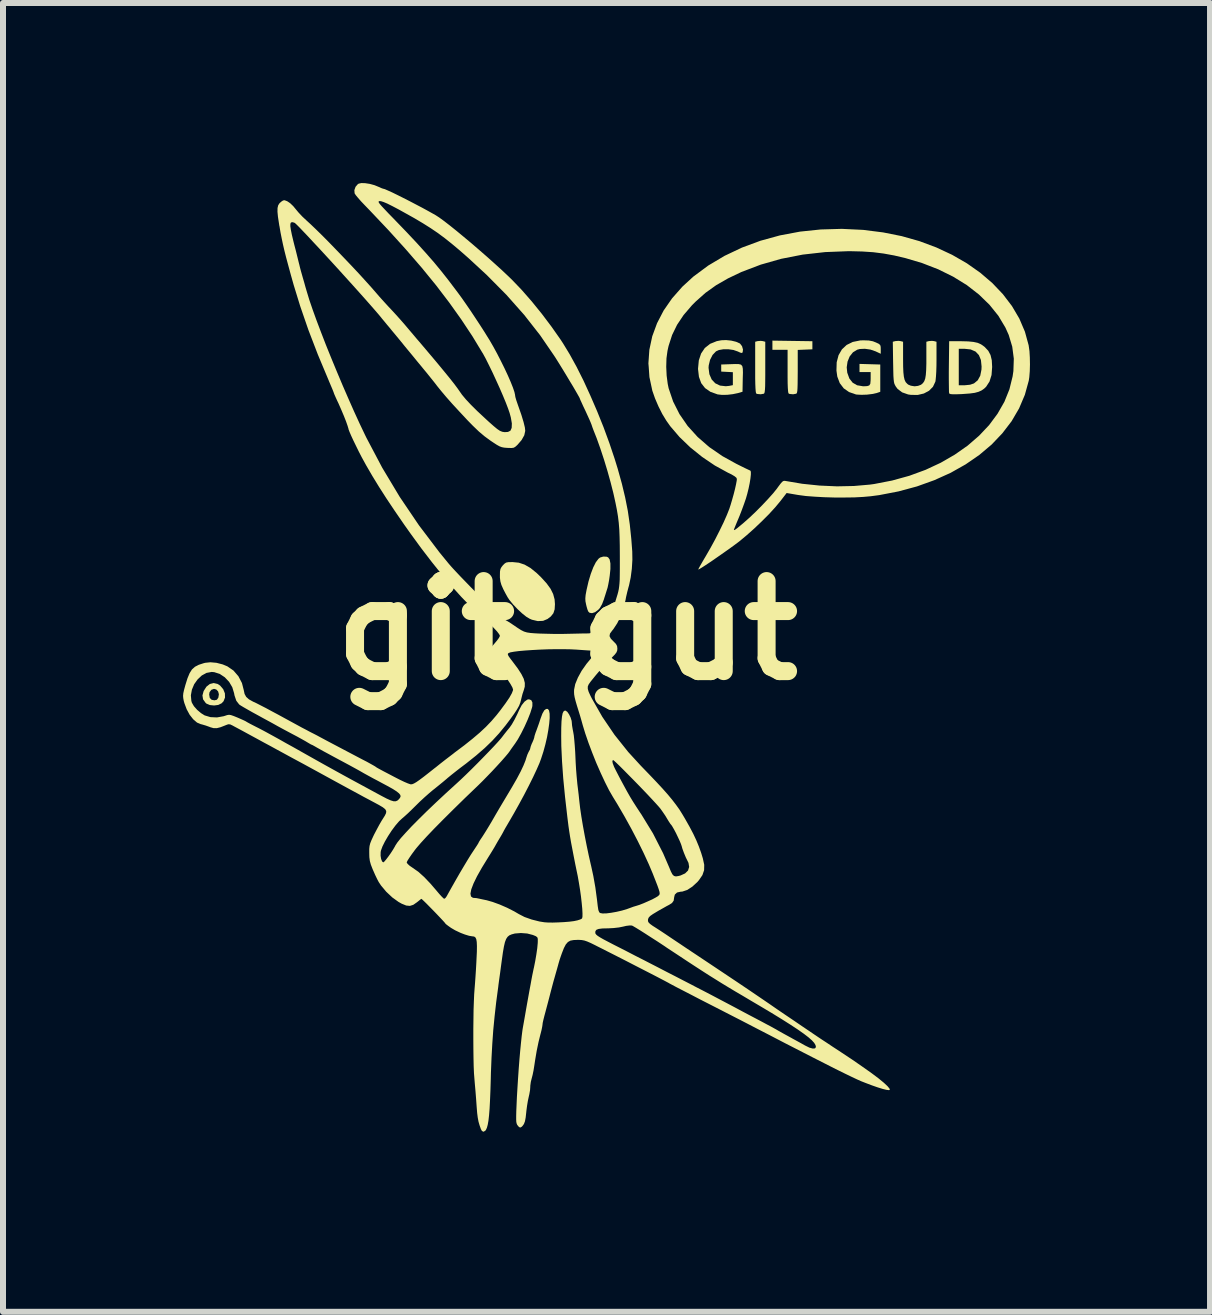
<source format=kicad_pcb>
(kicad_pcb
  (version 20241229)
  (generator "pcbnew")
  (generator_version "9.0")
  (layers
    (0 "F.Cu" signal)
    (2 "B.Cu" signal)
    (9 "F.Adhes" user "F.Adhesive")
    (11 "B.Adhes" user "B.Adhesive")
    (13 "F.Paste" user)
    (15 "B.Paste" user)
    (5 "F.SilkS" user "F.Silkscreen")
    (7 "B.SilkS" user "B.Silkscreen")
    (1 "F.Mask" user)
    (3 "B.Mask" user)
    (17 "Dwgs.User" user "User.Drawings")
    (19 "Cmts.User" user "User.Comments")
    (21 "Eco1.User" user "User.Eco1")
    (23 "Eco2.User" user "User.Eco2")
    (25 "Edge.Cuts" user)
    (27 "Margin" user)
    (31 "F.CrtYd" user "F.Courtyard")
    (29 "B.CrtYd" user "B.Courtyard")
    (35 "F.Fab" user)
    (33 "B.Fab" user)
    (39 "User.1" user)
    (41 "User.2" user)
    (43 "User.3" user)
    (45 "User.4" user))
  (footprint "git gut"
    (layer "F.Cu")
    (at 6.401 7.453)
    (property "Reference" "git gut" (at 0 0 0) (layer "F.SilkS") (effects (font (size 1.5 1.5) (thickness 0.3))))
    (attr board_only exclude_from_pos_files exclude_from_bom)
    (fp_poly (pts (xy 3.257 -4.82) (xy 3.299 -4.809) (xy 3.299 -4.381) (xy 3.299 -4.248) (xy 3.298 -4.145) (xy 3.297 -4.069) (xy 3.294 -4.014) (xy 3.29 -3.978) (xy 3.285 -3.956) (xy 3.278 -3.945) (xy 3.273 -3.943) (xy 3.222 -3.934) (xy 3.168 -3.939) (xy 3.152 -3.944) (xy 3.145 -3.954) (xy 3.14 -3.983) (xy 3.136 -4.032) (xy 3.133 -4.105) (xy 3.131 -4.205) (xy 3.131 -4.335) (xy 3.131 -4.381) (xy 3.131 -4.809) (xy 3.173 -4.82) (xy 3.224 -4.824)) (stroke (width 0) (type solid)) (fill yes) (layer "F.SilkS"))
    (fp_poly (pts (xy 3.751 -4.823) (xy 4.084 -4.818) (xy 4.084 -4.751) (xy 4.084 -4.683) (xy 3.962 -4.678) (xy 3.84 -4.673) (xy 3.84 -4.313) (xy 3.839 -4.192) (xy 3.838 -4.101) (xy 3.836 -4.035) (xy 3.833 -3.991) (xy 3.828 -3.963) (xy 3.821 -3.948) (xy 3.813 -3.943) (xy 3.763 -3.934) (xy 3.708 -3.939) (xy 3.692 -3.944) (xy 3.684 -3.955) (xy 3.679 -3.985) (xy 3.675 -4.038) (xy 3.672 -4.115) (xy 3.671 -4.22) (xy 3.671 -4.314) (xy 3.671 -4.675) (xy 3.544 -4.675) (xy 3.418 -4.675) (xy 3.418 -4.751) (xy 3.418 -4.828)) (stroke (width 0) (type solid)) (fill yes) (layer "F.SilkS"))
    (fp_poly (pts (xy -5.826 0.892) (xy -5.784 0.919) (xy -5.732 0.98) (xy -5.704 1.049) (xy -5.702 1.118) (xy -5.726 1.18) (xy -5.758 1.214) (xy -5.815 1.242) (xy -5.884 1.251) (xy -5.954 1.244) (xy -6.011 1.22) (xy -6.025 1.208) (xy -6.068 1.148) (xy -6.078 1.083) (xy -6.074 1.069) (xy -5.966 1.069) (xy -5.956 1.125) (xy -5.925 1.156) (xy -5.878 1.165) (xy -5.837 1.155) (xy -5.814 1.121) (xy -5.813 1.12) (xy -5.804 1.064) (xy -5.817 1.017) (xy -5.847 0.985) (xy -5.886 0.974) (xy -5.93 0.99) (xy -5.96 1.03) (xy -5.966 1.069) (xy -6.074 1.069) (xy -6.058 1.01) (xy -6.012 0.938) (xy -5.955 0.893) (xy -5.891 0.877)) (stroke (width 0) (type solid)) (fill yes) (layer "F.SilkS"))
    (fp_poly (pts (xy 0.654 -1.228) (xy 0.681 -1.217) (xy 0.706 -1.182) (xy 0.719 -1.116) (xy 0.719 -1.022) (xy 0.708 -0.915) (xy 0.697 -0.838) (xy 0.684 -0.769) (xy 0.673 -0.717) (xy 0.668 -0.7) (xy 0.655 -0.659) (xy 0.636 -0.598) (xy 0.614 -0.53) (xy 0.613 -0.524) (xy 0.58 -0.437) (xy 0.544 -0.374) (xy 0.516 -0.343) (xy 0.464 -0.304) (xy 0.413 -0.287) (xy 0.371 -0.294) (xy 0.349 -0.316) (xy 0.336 -0.349) (xy 0.321 -0.401) (xy 0.313 -0.436) (xy 0.303 -0.486) (xy 0.301 -0.534) (xy 0.306 -0.59) (xy 0.32 -0.666) (xy 0.321 -0.672) (xy 0.354 -0.815) (xy 0.392 -0.942) (xy 0.433 -1.05) (xy 0.476 -1.135) (xy 0.52 -1.193) (xy 0.547 -1.214) (xy 0.6 -1.23)) (stroke (width 0) (type solid)) (fill yes) (layer "F.SilkS"))
    (fp_poly (pts (xy -0.908 -1.138) (xy -0.807 -1.128) (xy -0.711 -1.096) (xy -0.615 -1.041) (xy -0.513 -0.959) (xy -0.439 -0.888) (xy -0.345 -0.785) (xy -0.278 -0.693) (xy -0.235 -0.606) (xy -0.211 -0.517) (xy -0.205 -0.437) (xy -0.21 -0.351) (xy -0.231 -0.286) (xy -0.273 -0.233) (xy -0.329 -0.19) (xy -0.403 -0.159) (xy -0.492 -0.155) (xy -0.589 -0.178) (xy -0.624 -0.193) (xy -0.683 -0.228) (xy -0.753 -0.284) (xy -0.829 -0.355) (xy -0.902 -0.432) (xy -0.963 -0.506) (xy -0.993 -0.551) (xy -1.028 -0.614) (xy -1.063 -0.681) (xy -1.065 -0.685) (xy -1.097 -0.757) (xy -1.114 -0.816) (xy -1.122 -0.878) (xy -1.122 -0.917) (xy -1.121 -0.98) (xy -1.113 -1.023) (xy -1.096 -1.055) (xy -1.073 -1.084) (xy -1.044 -1.113) (xy -1.018 -1.13) (xy -0.982 -1.137) (xy -0.926 -1.138)) (stroke (width 0) (type solid)) (fill yes) (layer "F.SilkS"))
    (fp_poly (pts (xy 6.565 -4.818) (xy 6.68 -4.815) (xy 6.769 -4.806) (xy 6.838 -4.791) (xy 6.894 -4.766) (xy 6.945 -4.73) (xy 6.957 -4.72) (xy 7.015 -4.658) (xy 7.052 -4.588) (xy 7.073 -4.501) (xy 7.079 -4.39) (xy 7.079 -4.388) (xy 7.069 -4.255) (xy 7.035 -4.146) (xy 6.979 -4.06) (xy 6.947 -4.029) (xy 6.903 -3.998) (xy 6.852 -3.975) (xy 6.789 -3.958) (xy 6.707 -3.947) (xy 6.598 -3.939) (xy 6.57 -3.937) (xy 6.482 -3.934) (xy 6.423 -3.934) (xy 6.387 -3.937) (xy 6.368 -3.944) (xy 6.363 -3.951) (xy 6.36 -3.974) (xy 6.359 -4.026) (xy 6.358 -4.102) (xy 6.357 -4.197) (xy 6.357 -4.306) (xy 6.358 -4.388) (xy 6.523 -4.388) (xy 6.523 -4.084) (xy 6.62 -4.084) (xy 6.711 -4.093) (xy 6.776 -4.115) (xy 6.839 -4.167) (xy 6.881 -4.244) (xy 6.901 -4.345) (xy 6.903 -4.396) (xy 6.892 -4.505) (xy 6.858 -4.587) (xy 6.802 -4.646) (xy 6.721 -4.681) (xy 6.617 -4.692) (xy 6.523 -4.692) (xy 6.523 -4.388) (xy 6.358 -4.388) (xy 6.358 -4.397) (xy 6.363 -4.818)) (stroke (width 0) (type solid)) (fill yes) (layer "F.SilkS"))
    (fp_poly (pts (xy 6.11 -4.82) (xy 6.152 -4.809) (xy 6.152 -4.51) (xy 6.151 -4.406) (xy 6.148 -4.31) (xy 6.143 -4.229) (xy 6.137 -4.169) (xy 6.133 -4.144) (xy 6.093 -4.059) (xy 6.028 -3.993) (xy 5.942 -3.947) (xy 5.84 -3.923) (xy 5.726 -3.924) (xy 5.679 -3.931) (xy 5.579 -3.966) (xy 5.504 -4.023) (xy 5.474 -4.063) (xy 5.461 -4.086) (xy 5.45 -4.11) (xy 5.443 -4.14) (xy 5.438 -4.182) (xy 5.434 -4.239) (xy 5.432 -4.319) (xy 5.43 -4.425) (xy 5.429 -4.468) (xy 5.424 -4.809) (xy 5.467 -4.82) (xy 5.518 -4.824) (xy 5.553 -4.82) (xy 5.595 -4.809) (xy 5.595 -4.522) (xy 5.596 -4.397) (xy 5.6 -4.301) (xy 5.608 -4.228) (xy 5.62 -4.176) (xy 5.638 -4.137) (xy 5.664 -4.109) (xy 5.681 -4.095) (xy 5.724 -4.077) (xy 5.779 -4.068) (xy 5.789 -4.067) (xy 5.844 -4.074) (xy 5.89 -4.091) (xy 5.897 -4.095) (xy 5.926 -4.12) (xy 5.948 -4.152) (xy 5.964 -4.196) (xy 5.974 -4.257) (xy 5.98 -4.339) (xy 5.983 -4.447) (xy 5.983 -4.522) (xy 5.983 -4.809) (xy 6.025 -4.82) (xy 6.076 -4.824)) (stroke (width 0) (type solid)) (fill yes) (layer "F.SilkS"))
    (fp_poly (pts (xy 5.023 -4.83) (xy 5.092 -4.817) (xy 5.143 -4.797) (xy 5.19 -4.775) (xy 5.214 -4.754) (xy 5.222 -4.725) (xy 5.223 -4.685) (xy 5.223 -4.609) (xy 5.135 -4.65) (xy 5.05 -4.679) (xy 4.958 -4.692) (xy 4.874 -4.688) (xy 4.832 -4.677) (xy 4.76 -4.633) (xy 4.705 -4.564) (xy 4.67 -4.479) (xy 4.656 -4.383) (xy 4.665 -4.294) (xy 4.7 -4.197) (xy 4.755 -4.127) (xy 4.829 -4.084) (xy 4.924 -4.068) (xy 4.935 -4.067) (xy 4.995 -4.07) (xy 5.031 -4.081) (xy 5.049 -4.109) (xy 5.054 -4.161) (xy 5.055 -4.196) (xy 5.055 -4.304) (xy 4.962 -4.304) (xy 4.869 -4.304) (xy 4.869 -4.372) (xy 4.869 -4.44) (xy 5.042 -4.435) (xy 5.215 -4.43) (xy 5.215 -4.202) (xy 5.215 -3.975) (xy 5.156 -3.955) (xy 5.083 -3.939) (xy 4.994 -3.928) (xy 4.903 -3.925) (xy 4.825 -3.929) (xy 4.807 -3.932) (xy 4.695 -3.971) (xy 4.606 -4.033) (xy 4.54 -4.12) (xy 4.499 -4.229) (xy 4.485 -4.329) (xy 4.489 -4.467) (xy 4.52 -4.585) (xy 4.576 -4.682) (xy 4.655 -4.756) (xy 4.757 -4.806) (xy 4.881 -4.831) (xy 4.934 -4.833)) (stroke (width 0) (type solid)) (fill yes) (layer "F.SilkS"))
    (fp_poly (pts (xy 2.733 -4.828) (xy 2.812 -4.809) (xy 2.871 -4.783) (xy 2.878 -4.779) (xy 2.912 -4.735) (xy 2.928 -4.679) (xy 2.922 -4.633) (xy 2.91 -4.622) (xy 2.882 -4.628) (xy 2.841 -4.647) (xy 2.769 -4.672) (xy 2.685 -4.684) (xy 2.601 -4.684) (xy 2.526 -4.671) (xy 2.478 -4.649) (xy 2.421 -4.589) (xy 2.379 -4.507) (xy 2.357 -4.415) (xy 2.354 -4.375) (xy 2.368 -4.268) (xy 2.406 -4.181) (xy 2.466 -4.117) (xy 2.545 -4.079) (xy 2.641 -4.068) (xy 2.699 -4.074) (xy 2.759 -4.086) (xy 2.759 -4.194) (xy 2.759 -4.302) (xy 2.662 -4.307) (xy 2.565 -4.312) (xy 2.565 -4.371) (xy 2.565 -4.43) (xy 2.709 -4.435) (xy 2.795 -4.438) (xy 2.855 -4.437) (xy 2.894 -4.428) (xy 2.916 -4.404) (xy 2.925 -4.361) (xy 2.927 -4.295) (xy 2.924 -4.2) (xy 2.924 -4.198) (xy 2.92 -3.976) (xy 2.845 -3.954) (xy 2.759 -3.936) (xy 2.665 -3.925) (xy 2.575 -3.924) (xy 2.504 -3.932) (xy 2.502 -3.933) (xy 2.385 -3.975) (xy 2.296 -4.037) (xy 2.232 -4.119) (xy 2.194 -4.224) (xy 2.179 -4.352) (xy 2.179 -4.363) (xy 2.192 -4.499) (xy 2.23 -4.613) (xy 2.292 -4.705) (xy 2.379 -4.774) (xy 2.49 -4.819) (xy 2.567 -4.834) (xy 2.647 -4.837)) (stroke (width 0) (type solid)) (fill yes) (layer "F.SilkS"))
    (fp_poly (pts (xy 4.93 -6.673) (xy 5.262 -6.631) (xy 5.572 -6.569) (xy 5.869 -6.485) (xy 6.15 -6.38) (xy 6.413 -6.257) (xy 6.658 -6.116) (xy 6.881 -5.959) (xy 7.082 -5.787) (xy 7.258 -5.602) (xy 7.409 -5.404) (xy 7.532 -5.195) (xy 7.625 -4.977) (xy 7.687 -4.751) (xy 7.689 -4.737) (xy 7.701 -4.652) (xy 7.707 -4.546) (xy 7.709 -4.431) (xy 7.706 -4.318) (xy 7.698 -4.219) (xy 7.689 -4.16) (xy 7.624 -3.925) (xy 7.528 -3.699) (xy 7.403 -3.485) (xy 7.249 -3.284) (xy 7.07 -3.096) (xy 6.865 -2.923) (xy 6.637 -2.766) (xy 6.387 -2.625) (xy 6.116 -2.503) (xy 5.827 -2.399) (xy 5.52 -2.316) (xy 5.198 -2.254) (xy 5.055 -2.235) (xy 4.931 -2.224) (xy 4.784 -2.216) (xy 4.621 -2.214) (xy 4.451 -2.214) (xy 4.281 -2.219) (xy 4.12 -2.228) (xy 3.975 -2.239) (xy 3.855 -2.255) (xy 3.836 -2.258) (xy 3.655 -2.289) (xy 3.55 -2.153) (xy 3.466 -2.052) (xy 3.361 -1.937) (xy 3.241 -1.817) (xy 3.115 -1.697) (xy 2.988 -1.584) (xy 2.868 -1.484) (xy 2.86 -1.478) (xy 2.8 -1.433) (xy 2.726 -1.379) (xy 2.643 -1.32) (xy 2.555 -1.258) (xy 2.467 -1.197) (xy 2.383 -1.139) (xy 2.308 -1.089) (xy 2.246 -1.049) (xy 2.203 -1.023) (xy 2.182 -1.013) (xy 2.182 -1.013) (xy 2.187 -1.026) (xy 2.207 -1.064) (xy 2.239 -1.12) (xy 2.28 -1.191) (xy 2.307 -1.236) (xy 2.386 -1.373) (xy 2.465 -1.518) (xy 2.539 -1.664) (xy 2.606 -1.802) (xy 2.661 -1.927) (xy 2.7 -2.025) (xy 2.723 -2.096) (xy 2.748 -2.181) (xy 2.773 -2.27) (xy 2.795 -2.357) (xy 2.812 -2.434) (xy 2.823 -2.493) (xy 2.826 -2.523) (xy 2.817 -2.544) (xy 2.788 -2.568) (xy 2.736 -2.599) (xy 2.676 -2.628) (xy 2.459 -2.747) (xy 2.249 -2.889) (xy 2.051 -3.048) (xy 1.871 -3.221) (xy 1.716 -3.402) (xy 1.651 -3.494) (xy 1.584 -3.604) (xy 1.519 -3.733) (xy 1.462 -3.866) (xy 1.419 -3.989) (xy 1.418 -3.991) (xy 1.369 -4.22) (xy 1.357 -4.391) (xy 1.649 -4.391) (xy 1.656 -4.244) (xy 1.674 -4.106) (xy 1.689 -4.034) (xy 1.764 -3.813) (xy 1.87 -3.603) (xy 2.006 -3.406) (xy 2.172 -3.223) (xy 2.365 -3.055) (xy 2.586 -2.903) (xy 2.816 -2.776) (xy 2.894 -2.737) (xy 2.963 -2.703) (xy 3.016 -2.678) (xy 3.046 -2.664) (xy 3.051 -2.662) (xy 3.059 -2.643) (xy 3.059 -2.597) (xy 3.052 -2.531) (xy 3.039 -2.451) (xy 3.021 -2.364) (xy 2.999 -2.275) (xy 2.977 -2.198) (xy 2.947 -2.111) (xy 2.91 -2.01) (xy 2.871 -1.909) (xy 2.851 -1.861) (xy 2.821 -1.79) (xy 2.797 -1.731) (xy 2.781 -1.691) (xy 2.776 -1.677) (xy 2.781 -1.671) (xy 2.798 -1.679) (xy 2.83 -1.702) (xy 2.881 -1.744) (xy 2.942 -1.795) (xy 3.041 -1.883) (xy 3.145 -1.982) (xy 3.248 -2.086) (xy 3.345 -2.189) (xy 3.43 -2.284) (xy 3.496 -2.366) (xy 3.509 -2.385) (xy 3.551 -2.441) (xy 3.58 -2.475) (xy 3.603 -2.49) (xy 3.626 -2.492) (xy 3.635 -2.49) (xy 3.914 -2.443) (xy 4.203 -2.413) (xy 4.494 -2.4) (xy 4.776 -2.406) (xy 5.041 -2.429) (xy 5.114 -2.439) (xy 5.413 -2.497) (xy 5.699 -2.576) (xy 5.969 -2.675) (xy 6.222 -2.793) (xy 6.456 -2.928) (xy 6.67 -3.078) (xy 6.861 -3.243) (xy 7.028 -3.42) (xy 7.169 -3.61) (xy 7.283 -3.809) (xy 7.367 -4.017) (xy 7.42 -4.232) (xy 7.433 -4.321) (xy 7.44 -4.527) (xy 7.414 -4.727) (xy 7.355 -4.923) (xy 7.3 -5.045) (xy 7.183 -5.241) (xy 7.035 -5.425) (xy 6.859 -5.596) (xy 6.657 -5.753) (xy 6.43 -5.893) (xy 6.181 -6.016) (xy 5.91 -6.121) (xy 5.637 -6.202) (xy 5.446 -6.247) (xy 5.27 -6.279) (xy 5.096 -6.301) (xy 4.914 -6.313) (xy 4.711 -6.318) (xy 4.683 -6.318) (xy 4.297 -6.303) (xy 3.923 -6.261) (xy 3.565 -6.191) (xy 3.224 -6.094) (xy 2.901 -5.971) (xy 2.679 -5.865) (xy 2.479 -5.75) (xy 2.303 -5.624) (xy 2.14 -5.479) (xy 2.078 -5.417) (xy 1.939 -5.255) (xy 1.83 -5.092) (xy 1.747 -4.922) (xy 1.688 -4.739) (xy 1.67 -4.658) (xy 1.653 -4.534) (xy 1.649 -4.391) (xy 1.357 -4.391) (xy 1.352 -4.449) (xy 1.368 -4.676) (xy 1.416 -4.9) (xy 1.496 -5.118) (xy 1.606 -5.33) (xy 1.746 -5.532) (xy 1.916 -5.725) (xy 2.099 -5.893) (xy 2.348 -6.078) (xy 2.62 -6.24) (xy 2.911 -6.378) (xy 3.219 -6.492) (xy 3.543 -6.581) (xy 3.878 -6.644) (xy 4.223 -6.68) (xy 4.574 -6.69)) (stroke (width 0) (type solid)) (fill yes) (layer "F.SilkS"))
    (fp_poly (pts (xy -3.366 -7.451) (xy -3.289 -7.439) (xy -3.212 -7.418) (xy -3.146 -7.391) (xy -3.102 -7.371) (xy -3.069 -7.359) (xy -3.063 -7.358) (xy -3.038 -7.351) (xy -2.988 -7.329) (xy -2.917 -7.297) (xy -2.831 -7.255) (xy -2.733 -7.206) (xy -2.629 -7.153) (xy -2.522 -7.097) (xy -2.417 -7.042) (xy -2.32 -6.989) (xy -2.234 -6.941) (xy -2.193 -6.918) (xy -2.133 -6.879) (xy -2.052 -6.82) (xy -1.954 -6.744) (xy -1.843 -6.655) (xy -1.721 -6.554) (xy -1.593 -6.447) (xy -1.462 -6.334) (xy -1.331 -6.22) (xy -1.206 -6.108) (xy -1.088 -6.001) (xy -0.982 -5.901) (xy -0.918 -5.839) (xy -0.759 -5.673) (xy -0.592 -5.482) (xy -0.425 -5.276) (xy -0.263 -5.061) (xy -0.112 -4.846) (xy -0.07 -4.782) (xy 0.04 -4.601) (xy 0.155 -4.392) (xy 0.271 -4.161) (xy 0.385 -3.912) (xy 0.497 -3.653) (xy 0.604 -3.387) (xy 0.702 -3.12) (xy 0.79 -2.858) (xy 0.841 -2.692) (xy 0.91 -2.444) (xy 0.965 -2.214) (xy 1.009 -1.991) (xy 1.042 -1.764) (xy 1.067 -1.524) (xy 1.083 -1.314) (xy 1.085 -1.176) (xy 1.076 -1.028) (xy 1.057 -0.882) (xy 1.03 -0.753) (xy 1.02 -0.718) (xy 1 -0.642) (xy 0.98 -0.556) (xy 0.971 -0.506) (xy 0.939 -0.374) (xy 0.892 -0.242) (xy 0.834 -0.121) (xy 0.769 -0.022) (xy 0.747 0.005) (xy 0.712 0.053) (xy 0.704 0.095) (xy 0.726 0.138) (xy 0.768 0.181) (xy 0.81 0.224) (xy 0.83 0.26) (xy 0.835 0.303) (xy 0.835 0.303) (xy 0.832 0.336) (xy 0.82 0.366) (xy 0.794 0.401) (xy 0.748 0.448) (xy 0.725 0.471) (xy 0.669 0.527) (xy 0.612 0.587) (xy 0.55 0.659) (xy 0.476 0.746) (xy 0.388 0.855) (xy 0.386 0.858) (xy 0.357 0.899) (xy 0.342 0.935) (xy 0.342 0.975) (xy 0.357 1.025) (xy 0.389 1.094) (xy 0.409 1.133) (xy 0.584 1.44) (xy 0.787 1.739) (xy 1.016 2.026) (xy 1.224 2.253) (xy 1.366 2.4) (xy 1.487 2.527) (xy 1.589 2.637) (xy 1.675 2.734) (xy 1.748 2.822) (xy 1.811 2.904) (xy 1.867 2.982) (xy 1.917 3.062) (xy 1.961 3.136) (xy 2.039 3.274) (xy 2.101 3.392) (xy 2.151 3.499) (xy 2.193 3.601) (xy 2.231 3.707) (xy 2.259 3.799) (xy 2.282 3.905) (xy 2.28 3.995) (xy 2.252 4.077) (xy 2.195 4.16) (xy 2.168 4.192) (xy 2.084 4.269) (xy 2 4.324) (xy 1.919 4.351) (xy 1.886 4.354) (xy 1.829 4.367) (xy 1.792 4.402) (xy 1.781 4.447) (xy 1.773 4.503) (xy 1.745 4.542) (xy 1.698 4.572) (xy 1.656 4.594) (xy 1.596 4.628) (xy 1.526 4.667) (xy 1.494 4.686) (xy 1.426 4.727) (xy 1.383 4.757) (xy 1.359 4.782) (xy 1.348 4.805) (xy 1.345 4.82) (xy 1.345 4.845) (xy 1.355 4.866) (xy 1.379 4.89) (xy 1.423 4.922) (xy 1.472 4.953) (xy 1.551 5.004) (xy 1.64 5.063) (xy 1.723 5.119) (xy 1.738 5.129) (xy 1.799 5.17) (xy 1.88 5.224) (xy 1.972 5.286) (xy 2.068 5.35) (xy 2.127 5.389) (xy 2.382 5.559) (xy 2.614 5.714) (xy 2.822 5.853) (xy 3.005 5.976) (xy 3.161 6.082) (xy 3.255 6.146) (xy 3.365 6.221) (xy 3.492 6.309) (xy 3.63 6.403) (xy 3.771 6.498) (xy 3.907 6.591) (xy 4.03 6.674) (xy 4.133 6.744) (xy 4.135 6.745) (xy 4.179 6.775) (xy 4.245 6.819) (xy 4.329 6.874) (xy 4.423 6.937) (xy 4.523 7.002) (xy 4.565 7.03) (xy 4.758 7.158) (xy 4.925 7.274) (xy 5.068 7.375) (xy 5.184 7.462) (xy 5.273 7.535) (xy 5.335 7.593) (xy 5.369 7.634) (xy 5.375 7.653) (xy 5.361 7.66) (xy 5.319 7.655) (xy 5.254 7.639) (xy 5.17 7.613) (xy 5.07 7.578) (xy 4.96 7.536) (xy 4.894 7.51) (xy 4.831 7.482) (xy 4.74 7.439) (xy 4.62 7.381) (xy 4.472 7.308) (xy 4.299 7.22) (xy 4.1 7.119) (xy 3.876 7.004) (xy 3.628 6.877) (xy 3.357 6.736) (xy 3.19 6.65) (xy 3.107 6.607) (xy 3.003 6.553) (xy 2.885 6.492) (xy 2.762 6.429) (xy 2.643 6.368) (xy 2.616 6.354) (xy 2.401 6.244) (xy 2.213 6.148) (xy 2.054 6.065) (xy 1.922 5.997) (xy 1.819 5.944) (xy 1.746 5.905) (xy 1.701 5.881) (xy 1.688 5.873) (xy 1.669 5.863) (xy 1.624 5.839) (xy 1.557 5.804) (xy 1.471 5.759) (xy 1.37 5.707) (xy 1.259 5.65) (xy 1.14 5.589) (xy 1.018 5.526) (xy 0.897 5.464) (xy 0.779 5.404) (xy 0.67 5.349) (xy 0.574 5.3) (xy 0.492 5.259) (xy 0.473 5.249) (xy 0.392 5.209) (xy 0.332 5.183) (xy 0.285 5.167) (xy 0.242 5.159) (xy 0.195 5.156) (xy 0.174 5.156) (xy 0.105 5.159) (xy 0.052 5.169) (xy 0.011 5.192) (xy -0.024 5.232) (xy -0.056 5.293) (xy -0.09 5.38) (xy -0.109 5.434) (xy -0.127 5.487) (xy -0.146 5.552) (xy -0.153 5.578) (xy -0.17 5.639) (xy -0.192 5.716) (xy -0.21 5.78) (xy -0.229 5.846) (xy -0.252 5.932) (xy -0.277 6.027) (xy -0.296 6.101) (xy -0.32 6.193) (xy -0.345 6.287) (xy -0.367 6.37) (xy -0.381 6.422) (xy -0.397 6.485) (xy -0.409 6.539) (xy -0.413 6.573) (xy -0.413 6.574) (xy -0.418 6.606) (xy -0.429 6.66) (xy -0.445 6.723) (xy -0.446 6.726) (xy -0.478 6.855) (xy -0.509 7.004) (xy -0.535 7.158) (xy -0.55 7.257) (xy -0.562 7.332) (xy -0.577 7.405) (xy -0.591 7.458) (xy -0.607 7.522) (xy -0.616 7.588) (xy -0.616 7.603) (xy -0.62 7.659) (xy -0.632 7.728) (xy -0.642 7.772) (xy -0.656 7.837) (xy -0.67 7.921) (xy -0.681 8.006) (xy -0.683 8.027) (xy -0.693 8.117) (xy -0.705 8.18) (xy -0.722 8.224) (xy -0.745 8.256) (xy -0.76 8.271) (xy -0.783 8.283) (xy -0.804 8.274) (xy -0.823 8.252) (xy -0.835 8.236) (xy -0.843 8.216) (xy -0.849 8.189) (xy -0.851 8.149) (xy -0.851 8.09) (xy -0.849 8.007) (xy -0.845 7.915) (xy -0.839 7.777) (xy -0.83 7.626) (xy -0.82 7.468) (xy -0.809 7.308) (xy -0.797 7.152) (xy -0.784 7.004) (xy -0.771 6.872) (xy -0.759 6.759) (xy -0.748 6.672) (xy -0.743 6.638) (xy -0.707 6.435) (xy -0.677 6.262) (xy -0.651 6.117) (xy -0.629 5.995) (xy -0.61 5.894) (xy -0.595 5.81) (xy -0.582 5.742) (xy -0.57 5.685) (xy -0.56 5.636) (xy -0.556 5.62) (xy -0.534 5.511) (xy -0.515 5.399) (xy -0.5 5.296) (xy -0.492 5.21) (xy -0.491 5.182) (xy -0.491 5.138) (xy -0.5 5.112) (xy -0.525 5.094) (xy -0.574 5.074) (xy -0.667 5.05) (xy -0.772 5.042) (xy -0.873 5.05) (xy -0.928 5.065) (xy -0.965 5.081) (xy -0.994 5.105) (xy -1.018 5.141) (xy -1.038 5.193) (xy -1.055 5.266) (xy -1.072 5.364) (xy -1.089 5.485) (xy -1.104 5.595) (xy -1.119 5.709) (xy -1.134 5.815) (xy -1.146 5.904) (xy -1.149 5.932) (xy -1.184 6.194) (xy -1.211 6.434) (xy -1.233 6.661) (xy -1.249 6.888) (xy -1.262 7.123) (xy -1.272 7.377) (xy -1.274 7.468) (xy -1.28 7.665) (xy -1.287 7.831) (xy -1.294 7.968) (xy -1.303 8.08) (xy -1.313 8.168) (xy -1.325 8.236) (xy -1.339 8.287) (xy -1.355 8.322) (xy -1.363 8.333) (xy -1.393 8.353) (xy -1.421 8.341) (xy -1.439 8.308) (xy -1.462 8.243) (xy -1.479 8.183) (xy -1.491 8.119) (xy -1.501 8.041) (xy -1.509 7.941) (xy -1.511 7.915) (xy -1.519 7.803) (xy -1.529 7.676) (xy -1.54 7.553) (xy -1.547 7.468) (xy -1.554 7.379) (xy -1.559 7.262) (xy -1.562 7.124) (xy -1.564 6.971) (xy -1.565 6.808) (xy -1.565 6.641) (xy -1.563 6.478) (xy -1.561 6.324) (xy -1.556 6.184) (xy -1.551 6.066) (xy -1.545 5.983) (xy -1.538 5.895) (xy -1.53 5.784) (xy -1.522 5.662) (xy -1.515 5.54) (xy -1.512 5.477) (xy -1.506 5.353) (xy -1.505 5.259) (xy -1.508 5.191) (xy -1.516 5.144) (xy -1.53 5.116) (xy -1.551 5.101) (xy -1.58 5.097) (xy -1.583 5.097) (xy -1.636 5.088) (xy -1.708 5.066) (xy -1.773 5.041) (xy 0.467 5.041) (xy 0.472 5.055) (xy 0.485 5.071) (xy 0.508 5.09) (xy 0.547 5.115) (xy 0.603 5.147) (xy 0.681 5.188) (xy 0.783 5.241) (xy 0.878 5.289) (xy 1.005 5.354) (xy 1.14 5.424) (xy 1.276 5.493) (xy 1.402 5.558) (xy 1.511 5.614) (xy 1.561 5.64) (xy 1.673 5.698) (xy 1.802 5.764) (xy 1.937 5.834) (xy 2.067 5.901) (xy 2.143 5.941) (xy 2.258 6) (xy 2.383 6.065) (xy 2.508 6.131) (xy 2.622 6.191) (xy 2.692 6.228) (xy 2.796 6.283) (xy 2.91 6.344) (xy 3.021 6.403) (xy 3.118 6.454) (xy 3.139 6.465) (xy 3.243 6.52) (xy 3.323 6.563) (xy 3.386 6.596) (xy 3.436 6.624) (xy 3.48 6.648) (xy 3.524 6.674) (xy 3.544 6.685) (xy 3.601 6.717) (xy 3.674 6.757) (xy 3.747 6.797) (xy 3.755 6.802) (xy 3.827 6.841) (xy 3.9 6.881) (xy 3.96 6.915) (xy 3.966 6.918) (xy 4.035 6.952) (xy 4.091 6.967) (xy 4.128 6.964) (xy 4.143 6.942) (xy 4.143 6.94) (xy 4.136 6.909) (xy 4.114 6.872) (xy 4.075 6.829) (xy 4.018 6.779) (xy 3.941 6.72) (xy 3.843 6.651) (xy 3.723 6.572) (xy 3.578 6.48) (xy 3.407 6.375) (xy 3.209 6.257) (xy 3.063 6.171) (xy 2.922 6.087) (xy 2.796 6.013) (xy 2.681 5.944) (xy 2.574 5.879) (xy 2.47 5.814) (xy 2.364 5.748) (xy 2.252 5.676) (xy 2.13 5.597) (xy 1.994 5.508) (xy 1.84 5.406) (xy 1.662 5.289) (xy 1.623 5.262) (xy 1.505 5.184) (xy 1.394 5.113) (xy 1.295 5.049) (xy 1.21 4.995) (xy 1.143 4.954) (xy 1.097 4.927) (xy 1.077 4.917) (xy 1.039 4.916) (xy 0.982 4.923) (xy 0.931 4.935) (xy 0.861 4.949) (xy 0.773 4.959) (xy 0.684 4.964) (xy 0.676 4.964) (xy 0.585 4.966) (xy 0.523 4.974) (xy 0.486 4.988) (xy 0.469 5.011) (xy 0.467 5.041) (xy -1.773 5.041) (xy -1.789 5.034) (xy -1.869 4.996) (xy -1.937 4.956) (xy -1.985 4.922) (xy -2.02 4.895) (xy -2.034 4.88) (xy -2.034 4.88) (xy -2.045 4.865) (xy -2.075 4.832) (xy -2.12 4.784) (xy -2.174 4.727) (xy -2.232 4.667) (xy -2.291 4.607) (xy -2.345 4.552) (xy -2.389 4.509) (xy -2.419 4.481) (xy -2.43 4.472) (xy -2.445 4.482) (xy -2.477 4.508) (xy -2.506 4.531) (xy -2.565 4.572) (xy -2.622 4.59) (xy -2.683 4.584) (xy -2.757 4.554) (xy -2.811 4.524) (xy -2.915 4.449) (xy -3.016 4.354) (xy -3.103 4.25) (xy -3.141 4.193) (xy -3.168 4.142) (xy -3.201 4.073) (xy -3.234 3.998) (xy -3.242 3.98) (xy -3.272 3.903) (xy -3.289 3.842) (xy -3.297 3.781) (xy -3.298 3.755) (xy -3.11 3.755) (xy -3.101 3.809) (xy -3.085 3.849) (xy -3.066 3.865) (xy -3.065 3.865) (xy -3.048 3.852) (xy -3.018 3.817) (xy -2.98 3.767) (xy -2.939 3.709) (xy -2.901 3.65) (xy -2.87 3.597) (xy -2.865 3.586) (xy -2.831 3.534) (xy -2.773 3.461) (xy -2.692 3.371) (xy -2.592 3.264) (xy -2.472 3.143) (xy -2.336 3.009) (xy -2.185 2.865) (xy -2.021 2.712) (xy -1.851 2.557) (xy -1.775 2.487) (xy -1.688 2.404) (xy -1.593 2.311) (xy -1.495 2.213) (xy -1.398 2.114) (xy -1.306 2.019) (xy -1.224 1.933) (xy -1.155 1.858) (xy -1.105 1.801) (xy -1.089 1.781) (xy -1.043 1.721) (xy -1 1.667) (xy -0.968 1.628) (xy -0.961 1.62) (xy -0.924 1.567) (xy -0.879 1.488) (xy -0.83 1.39) (xy -0.801 1.325) (xy -0.759 1.246) (xy -0.712 1.187) (xy -0.665 1.153) (xy -0.638 1.148) (xy -0.6 1.162) (xy -0.581 1.2) (xy -0.581 1.258) (xy -0.586 1.282) (xy -0.616 1.377) (xy -0.66 1.488) (xy -0.712 1.604) (xy -0.768 1.716) (xy -0.823 1.815) (xy -0.867 1.882) (xy -0.905 1.935) (xy -0.94 1.984) (xy -0.957 2.01) (xy -0.985 2.048) (xy -1.033 2.105) (xy -1.096 2.177) (xy -1.17 2.258) (xy -1.25 2.344) (xy -1.332 2.429) (xy -1.412 2.511) (xy -1.481 2.579) (xy -1.704 2.793) (xy -1.9 2.985) (xy -2.072 3.156) (xy -2.219 3.305) (xy -2.341 3.433) (xy -2.439 3.54) (xy -2.512 3.625) (xy -2.541 3.662) (xy -2.591 3.73) (xy -2.633 3.791) (xy -2.662 3.837) (xy -2.675 3.864) (xy -2.675 3.866) (xy -2.661 3.889) (xy -2.626 3.921) (xy -2.575 3.956) (xy -2.482 4.021) (xy -2.385 4.108) (xy -2.28 4.218) (xy -2.181 4.333) (xy -2.133 4.39) (xy -2.091 4.436) (xy -2.061 4.465) (xy -2.05 4.472) (xy -2.03 4.459) (xy -2.007 4.427) (xy -2.007 4.426) (xy -1.937 4.3) (xy -1.864 4.171) (xy -1.791 4.044) (xy -1.721 3.926) (xy -1.658 3.821) (xy -1.606 3.737) (xy -1.577 3.693) (xy -1.536 3.631) (xy -1.503 3.581) (xy -1.482 3.547) (xy -1.477 3.536) (xy -1.468 3.519) (xy -1.445 3.482) (xy -1.421 3.447) (xy -1.392 3.402) (xy -1.351 3.337) (xy -1.303 3.258) (xy -1.253 3.174) (xy -1.243 3.156) (xy -1.188 3.061) (xy -1.127 2.957) (xy -1.068 2.858) (xy -1.019 2.776) (xy -0.92 2.61) (xy -0.839 2.469) (xy -0.776 2.35) (xy -0.729 2.25) (xy -0.696 2.168) (xy -0.683 2.125) (xy -0.665 2.071) (xy -0.645 2.027) (xy -0.64 2.018) (xy -0.621 1.983) (xy -0.616 1.962) (xy -0.609 1.934) (xy -0.592 1.889) (xy -0.582 1.869) (xy -0.562 1.822) (xy -0.55 1.785) (xy -0.549 1.776) (xy -0.542 1.748) (xy -0.527 1.702) (xy -0.516 1.674) (xy -0.495 1.616) (xy -0.469 1.543) (xy -0.446 1.472) (xy -0.414 1.386) (xy -0.383 1.332) (xy -0.351 1.308) (xy -0.323 1.309) (xy -0.304 1.334) (xy -0.294 1.386) (xy -0.293 1.461) (xy -0.301 1.555) (xy -0.316 1.662) (xy -0.337 1.779) (xy -0.365 1.9) (xy -0.398 2.021) (xy -0.436 2.138) (xy -0.463 2.211) (xy -0.509 2.316) (xy -0.569 2.444) (xy -0.64 2.587) (xy -0.719 2.74) (xy -0.803 2.895) (xy -0.888 3.047) (xy -0.951 3.156) (xy -0.992 3.226) (xy -1.029 3.289) (xy -1.056 3.337) (xy -1.067 3.359) (xy -1.09 3.401) (xy -1.12 3.452) (xy -1.125 3.46) (xy -1.156 3.512) (xy -1.191 3.573) (xy -1.203 3.595) (xy -1.235 3.649) (xy -1.276 3.716) (xy -1.316 3.78) (xy -1.421 3.951) (xy -1.503 4.096) (xy -1.562 4.217) (xy -1.599 4.314) (xy -1.613 4.386) (xy -1.604 4.433) (xy -1.572 4.455) (xy -1.556 4.457) (xy -1.514 4.46) (xy -1.494 4.464) (xy -1.465 4.47) (xy -1.415 4.481) (xy -1.352 4.494) (xy -1.346 4.495) (xy -1.244 4.524) (xy -1.126 4.567) (xy -1.002 4.621) (xy -0.884 4.681) (xy -0.807 4.726) (xy -0.712 4.775) (xy -0.593 4.817) (xy -0.462 4.85) (xy -0.38 4.863) (xy -0.322 4.867) (xy -0.242 4.868) (xy -0.149 4.865) (xy -0.052 4.86) (xy 0.036 4.853) (xy 0.106 4.844) (xy 0.108 4.844) (xy 0.17 4.831) (xy 0.219 4.815) (xy 0.246 4.8) (xy 0.246 4.8) (xy 0.253 4.773) (xy 0.254 4.717) (xy 0.25 4.639) (xy 0.241 4.544) (xy 0.229 4.436) (xy 0.213 4.321) (xy 0.194 4.204) (xy 0.174 4.09) (xy 0.169 4.067) (xy 0.134 3.898) (xy 0.106 3.755) (xy 0.083 3.635) (xy 0.063 3.531) (xy 0.047 3.437) (xy 0.033 3.348) (xy 0.02 3.258) (xy 0.008 3.162) (xy 0.001 3.105) (xy -0.037 2.773) (xy -0.067 2.465) (xy -0.087 2.183) (xy -0.099 1.929) (xy -0.101 1.764) (xy -0.1 1.624) (xy -0.096 1.516) (xy -0.088 1.436) (xy -0.077 1.381) (xy -0.061 1.349) (xy -0.04 1.336) (xy -0.028 1.337) (xy 0.001 1.357) (xy 0.03 1.399) (xy 0.056 1.452) (xy 0.073 1.507) (xy 0.076 1.536) (xy 0.08 1.585) (xy 0.091 1.65) (xy 0.1 1.696) (xy 0.109 1.748) (xy 0.117 1.825) (xy 0.125 1.919) (xy 0.132 2.022) (xy 0.135 2.084) (xy 0.14 2.198) (xy 0.147 2.316) (xy 0.156 2.429) (xy 0.165 2.524) (xy 0.168 2.557) (xy 0.179 2.647) (xy 0.19 2.738) (xy 0.198 2.816) (xy 0.202 2.852) (xy 0.215 2.964) (xy 0.235 3.101) (xy 0.261 3.256) (xy 0.291 3.42) (xy 0.324 3.588) (xy 0.358 3.75) (xy 0.392 3.9) (xy 0.397 3.92) (xy 0.434 4.09) (xy 0.468 4.282) (xy 0.495 4.483) (xy 0.508 4.595) (xy 0.518 4.659) (xy 0.533 4.696) (xy 0.549 4.709) (xy 0.587 4.716) (xy 0.65 4.715) (xy 0.73 4.705) (xy 0.82 4.689) (xy 0.911 4.668) (xy 0.997 4.642) (xy 1.055 4.621) (xy 1.104 4.603) (xy 1.148 4.59) (xy 1.202 4.573) (xy 1.271 4.546) (xy 1.344 4.514) (xy 1.415 4.482) (xy 1.473 4.451) (xy 1.511 4.428) (xy 1.517 4.422) (xy 1.53 4.41) (xy 1.538 4.397) (xy 1.54 4.379) (xy 1.536 4.353) (xy 1.524 4.313) (xy 1.504 4.256) (xy 1.473 4.176) (xy 1.431 4.069) (xy 1.429 4.063) (xy 1.359 3.897) (xy 1.273 3.71) (xy 1.174 3.509) (xy 1.066 3.302) (xy 0.952 3.096) (xy 0.836 2.897) (xy 0.76 2.773) (xy 0.697 2.664) (xy 0.629 2.529) (xy 0.557 2.375) (xy 0.485 2.211) (xy 0.47 2.174) (xy 0.751 2.174) (xy 0.757 2.212) (xy 0.78 2.273) (xy 0.808 2.33) (xy 0.88 2.469) (xy 0.942 2.584) (xy 0.996 2.683) (xy 1.046 2.771) (xy 1.097 2.855) (xy 1.152 2.941) (xy 1.215 3.037) (xy 1.233 3.063) (xy 1.428 3.382) (xy 1.597 3.713) (xy 1.695 3.94) (xy 1.727 4.017) (xy 1.752 4.065) (xy 1.778 4.091) (xy 1.81 4.099) (xy 1.854 4.092) (xy 1.888 4.083) (xy 1.963 4.049) (xy 2.012 4.001) (xy 2.031 3.941) (xy 2.02 3.874) (xy 2.009 3.851) (xy 1.976 3.784) (xy 1.944 3.707) (xy 1.918 3.636) (xy 1.907 3.596) (xy 1.895 3.56) (xy 1.873 3.507) (xy 1.843 3.443) (xy 1.811 3.376) (xy 1.779 3.316) (xy 1.752 3.269) (xy 1.735 3.243) (xy 1.733 3.241) (xy 1.717 3.222) (xy 1.692 3.184) (xy 1.67 3.148) (xy 1.634 3.088) (xy 1.587 3.019) (xy 1.549 2.966) (xy 1.52 2.932) (xy 1.474 2.881) (xy 1.414 2.816) (xy 1.343 2.74) (xy 1.264 2.657) (xy 1.181 2.571) (xy 1.097 2.485) (xy 1.015 2.402) (xy 0.94 2.326) (xy 0.874 2.26) (xy 0.82 2.208) (xy 0.783 2.174) (xy 0.765 2.16) (xy 0.765 2.16) (xy 0.751 2.174) (xy 0.47 2.174) (xy 0.417 2.041) (xy 0.354 1.874) (xy 0.3 1.717) (xy 0.257 1.576) (xy 0.253 1.561) (xy 0.236 1.5) (xy 0.214 1.424) (xy 0.194 1.359) (xy 0.161 1.253) (xy 0.138 1.174) (xy 0.123 1.114) (xy 0.115 1.067) (xy 0.113 1.026) (xy 0.114 0.987) (xy 0.133 0.894) (xy 0.177 0.787) (xy 0.24 0.672) (xy 0.321 0.557) (xy 0.378 0.488) (xy 0.428 0.424) (xy 0.452 0.377) (xy 0.448 0.348) (xy 0.417 0.337) (xy 0.416 0.337) (xy 0.39 0.336) (xy 0.337 0.333) (xy 0.264 0.328) (xy 0.179 0.322) (xy 0.152 0.32) (xy 0.051 0.315) (xy -0.064 0.313) (xy -0.19 0.313) (xy -0.322 0.315) (xy -0.454 0.32) (xy -0.581 0.327) (xy -0.699 0.335) (xy -0.803 0.344) (xy -0.888 0.355) (xy -0.948 0.366) (xy -0.979 0.378) (xy -0.989 0.39) (xy -0.989 0.407) (xy -0.973 0.436) (xy -0.941 0.48) (xy -0.907 0.524) (xy -0.824 0.635) (xy -0.764 0.728) (xy -0.725 0.806) (xy -0.707 0.875) (xy -0.708 0.938) (xy -0.725 0.998) (xy -0.746 1.06) (xy -0.764 1.131) (xy -0.769 1.153) (xy -0.782 1.203) (xy -0.803 1.256) (xy -0.837 1.316) (xy -0.884 1.388) (xy -0.948 1.477) (xy -1.031 1.587) (xy -1.032 1.588) (xy -1.137 1.716) (xy -1.25 1.839) (xy -1.375 1.96) (xy -1.519 2.085) (xy -1.684 2.217) (xy -1.781 2.29) (xy -1.853 2.346) (xy -1.93 2.407) (xy -1.997 2.462) (xy -2.008 2.472) (xy -2.071 2.525) (xy -2.146 2.586) (xy -2.22 2.646) (xy -2.236 2.658) (xy -2.299 2.711) (xy -2.376 2.779) (xy -2.456 2.853) (xy -2.523 2.919) (xy -2.589 2.984) (xy -2.652 3.045) (xy -2.706 3.094) (xy -2.744 3.127) (xy -2.747 3.129) (xy -2.802 3.18) (xy -2.863 3.251) (xy -2.926 3.336) (xy -2.986 3.428) (xy -3.039 3.519) (xy -3.08 3.602) (xy -3.105 3.671) (xy -3.109 3.696) (xy -3.11 3.755) (xy -3.298 3.755) (xy -3.299 3.705) (xy -3.299 3.704) (xy -3.299 3.641) (xy -3.294 3.592) (xy -3.283 3.548) (xy -3.263 3.497) (xy -3.232 3.43) (xy -3.217 3.399) (xy -3.175 3.319) (xy -3.132 3.239) (xy -3.092 3.17) (xy -3.073 3.14) (xy -3.039 3.086) (xy -3.019 3.044) (xy -3.016 3.01) (xy -3.033 2.979) (xy -3.073 2.947) (xy -3.137 2.909) (xy -3.228 2.86) (xy -3.232 2.858) (xy -3.301 2.821) (xy -3.39 2.774) (xy -3.492 2.718) (xy -3.598 2.661) (xy -3.679 2.617) (xy -3.939 2.475) (xy -4.18 2.343) (xy -4.398 2.224) (xy -4.593 2.119) (xy -4.734 2.042) (xy -4.83 1.99) (xy -4.943 1.928) (xy -5.064 1.863) (xy -5.181 1.799) (xy -5.24 1.767) (xy -5.332 1.717) (xy -5.418 1.67) (xy -5.491 1.631) (xy -5.547 1.601) (xy -5.576 1.585) (xy -5.616 1.566) (xy -5.648 1.564) (xy -5.688 1.578) (xy -5.694 1.581) (xy -5.776 1.613) (xy -5.839 1.629) (xy -5.894 1.628) (xy -5.948 1.613) (xy -5.962 1.607) (xy -6.024 1.585) (xy -6.085 1.567) (xy -6.106 1.562) (xy -6.168 1.536) (xy -6.232 1.481) (xy -6.291 1.406) (xy -6.341 1.314) (xy -6.379 1.212) (xy -6.39 1.172) (xy -6.398 1.128) (xy -6.401 1.089) (xy -6.4 1.082) (xy -6.271 1.082) (xy -6.263 1.174) (xy -6.254 1.205) (xy -6.22 1.263) (xy -6.166 1.324) (xy -6.101 1.379) (xy -6.042 1.416) (xy -5.945 1.445) (xy -5.836 1.45) (xy -5.725 1.43) (xy -5.706 1.424) (xy -5.666 1.411) (xy -5.635 1.406) (xy -5.603 1.411) (xy -5.559 1.426) (xy -5.497 1.451) (xy -5.435 1.478) (xy -5.384 1.501) (xy -5.354 1.516) (xy -5.35 1.519) (xy -5.328 1.532) (xy -5.284 1.556) (xy -5.224 1.587) (xy -5.181 1.609) (xy -5.143 1.628) (xy -5.103 1.649) (xy -5.059 1.672) (xy -5.009 1.699) (xy -4.949 1.732) (xy -4.878 1.771) (xy -4.791 1.819) (xy -4.687 1.878) (xy -4.562 1.947) (xy -4.415 2.03) (xy -4.241 2.128) (xy -4.177 2.164) (xy -4.063 2.228) (xy -3.953 2.289) (xy -3.841 2.351) (xy -3.723 2.416) (xy -3.595 2.486) (xy -3.451 2.564) (xy -3.287 2.653) (xy -3.099 2.755) (xy -3.009 2.802) (xy -2.942 2.832) (xy -2.893 2.847) (xy -2.857 2.847) (xy -2.828 2.834) (xy -2.81 2.818) (xy -2.788 2.792) (xy -2.777 2.768) (xy -2.781 2.743) (xy -2.803 2.715) (xy -2.844 2.682) (xy -2.906 2.642) (xy -2.994 2.593) (xy -3.108 2.532) (xy -3.156 2.506) (xy -3.238 2.463) (xy -3.32 2.418) (xy -3.391 2.379) (xy -3.434 2.354) (xy -3.48 2.328) (xy -3.549 2.29) (xy -3.633 2.244) (xy -3.726 2.194) (xy -3.801 2.154) (xy -3.896 2.103) (xy -3.986 2.054) (xy -4.066 2.011) (xy -4.128 1.976) (xy -4.161 1.958) (xy -4.208 1.931) (xy -4.242 1.912) (xy -4.254 1.907) (xy -4.272 1.899) (xy -4.308 1.878) (xy -4.325 1.868) (xy -4.365 1.844) (xy -4.426 1.81) (xy -4.5 1.769) (xy -4.574 1.73) (xy -4.651 1.689) (xy -4.724 1.65) (xy -4.783 1.618) (xy -4.818 1.599) (xy -4.852 1.58) (xy -4.909 1.548) (xy -4.984 1.507) (xy -5.071 1.46) (xy -5.156 1.413) (xy -5.246 1.364) (xy -5.327 1.318) (xy -5.395 1.279) (xy -5.443 1.25) (xy -5.466 1.234) (xy -5.514 1.172) (xy -5.544 1.083) (xy -5.551 1.046) (xy -5.581 0.947) (xy -5.634 0.857) (xy -5.706 0.781) (xy -5.79 0.725) (xy -5.881 0.696) (xy -5.924 0.692) (xy -6.01 0.708) (xy -6.089 0.751) (xy -6.159 0.817) (xy -6.216 0.897) (xy -6.254 0.988) (xy -6.271 1.082) (xy -6.4 1.082) (xy -6.397 1.047) (xy -6.385 0.993) (xy -6.364 0.916) (xy -6.362 0.909) (xy -6.327 0.797) (xy -6.292 0.713) (xy -6.253 0.651) (xy -6.203 0.606) (xy -6.139 0.573) (xy -6.056 0.546) (xy -6.032 0.54) (xy -5.946 0.531) (xy -5.844 0.54) (xy -5.74 0.567) (xy -5.663 0.599) (xy -5.561 0.669) (xy -5.479 0.764) (xy -5.42 0.877) (xy -5.39 0.994) (xy -5.376 1.059) (xy -5.349 1.108) (xy -5.303 1.149) (xy -5.233 1.188) (xy -5.207 1.199) (xy -5.167 1.219) (xy -5.103 1.252) (xy -5.019 1.295) (xy -4.921 1.348) (xy -4.814 1.405) (xy -4.717 1.458) (xy -4.609 1.517) (xy -4.508 1.572) (xy -4.42 1.62) (xy -4.347 1.658) (xy -4.295 1.686) (xy -4.27 1.699) (xy -4.226 1.721) (xy -4.168 1.751) (xy -4.135 1.769) (xy -4.079 1.799) (xy -3.995 1.844) (xy -3.887 1.901) (xy -3.756 1.97) (xy -3.606 2.049) (xy -3.439 2.137) (xy -3.418 2.148) (xy -3.342 2.187) (xy -3.277 2.223) (xy -3.227 2.251) (xy -3.2 2.267) (xy -3.198 2.268) (xy -3.185 2.278) (xy -3.169 2.288) (xy -3.146 2.301) (xy -3.111 2.32) (xy -3.061 2.347) (xy -2.99 2.384) (xy -2.895 2.434) (xy -2.874 2.445) (xy -2.792 2.487) (xy -2.717 2.523) (xy -2.656 2.549) (xy -2.615 2.563) (xy -2.605 2.565) (xy -2.582 2.562) (xy -2.553 2.55) (xy -2.515 2.528) (xy -2.463 2.492) (xy -2.396 2.442) (xy -2.309 2.374) (xy -2.199 2.287) (xy -2.198 2.287) (xy -2.116 2.221) (xy -2.033 2.156) (xy -1.957 2.098) (xy -1.897 2.052) (xy -1.88 2.038) (xy -1.716 1.915) (xy -1.578 1.805) (xy -1.459 1.704) (xy -1.356 1.608) (xy -1.264 1.512) (xy -1.179 1.413) (xy -1.116 1.333) (xy -1.028 1.214) (xy -0.964 1.12) (xy -0.923 1.047) (xy -0.904 0.997) (xy -0.903 0.985) (xy -0.914 0.951) (xy -0.946 0.893) (xy -0.999 0.813) (xy -1.071 0.711) (xy -1.162 0.591) (xy -1.186 0.56) (xy -1.239 0.487) (xy -1.279 0.426) (xy -1.303 0.381) (xy -1.308 0.362) (xy -1.295 0.326) (xy -1.26 0.275) (xy -1.215 0.222) (xy -1.172 0.171) (xy -1.139 0.126) (xy -1.123 0.095) (xy -1.122 0.09) (xy -1.135 0.063) (xy -1.171 0.016) (xy -1.229 -0.046) (xy -1.304 -0.12) (xy -1.395 -0.205) (xy -1.492 -0.291) (xy -1.623 -0.411) (xy -1.766 -0.559) (xy -1.921 -0.731) (xy -2.085 -0.925) (xy -2.255 -1.137) (xy -2.43 -1.365) (xy -2.606 -1.606) (xy -2.718 -1.764) (xy -2.874 -1.991) (xy -3.013 -2.199) (xy -3.136 -2.391) (xy -3.248 -2.574) (xy -3.352 -2.753) (xy -3.381 -2.806) (xy -3.426 -2.888) (xy -3.473 -2.979) (xy -3.519 -3.073) (xy -3.563 -3.163) (xy -3.6 -3.243) (xy -3.628 -3.308) (xy -3.644 -3.351) (xy -3.645 -3.359) (xy -3.66 -3.409) (xy -3.686 -3.483) (xy -3.722 -3.574) (xy -3.765 -3.676) (xy -3.811 -3.781) (xy -3.833 -3.827) (xy -3.86 -3.886) (xy -3.88 -3.932) (xy -3.89 -3.957) (xy -3.89 -3.96) (xy -3.897 -3.978) (xy -3.914 -4.021) (xy -3.94 -4.082) (xy -3.971 -4.155) (xy -3.972 -4.158) (xy -4.155 -4.595) (xy -4.314 -5.009) (xy -4.45 -5.404) (xy -4.558 -5.755) (xy -4.608 -5.933) (xy -4.649 -6.084) (xy -4.684 -6.214) (xy -4.713 -6.329) (xy -4.737 -6.433) (xy -4.758 -6.533) (xy -4.778 -6.634) (xy -4.795 -6.735) (xy -4.614 -6.735) (xy -4.605 -6.674) (xy -4.588 -6.59) (xy -4.561 -6.477) (xy -4.547 -6.421) (xy -4.522 -6.326) (xy -4.5 -6.237) (xy -4.482 -6.164) (xy -4.469 -6.111) (xy -4.464 -6.093) (xy -4.454 -6.05) (xy -4.437 -5.986) (xy -4.416 -5.912) (xy -4.405 -5.873) (xy -4.382 -5.794) (xy -4.361 -5.718) (xy -4.343 -5.657) (xy -4.337 -5.637) (xy -4.297 -5.505) (xy -4.243 -5.347) (xy -4.178 -5.167) (xy -4.103 -4.969) (xy -4.021 -4.757) (xy -3.932 -4.537) (xy -3.839 -4.312) (xy -3.744 -4.086) (xy -3.647 -3.863) (xy -3.552 -3.648) (xy -3.459 -3.445) (xy -3.37 -3.258) (xy -3.345 -3.207) (xy -3.083 -2.711) (xy -2.791 -2.224) (xy -2.471 -1.751) (xy -2.127 -1.297) (xy -1.977 -1.114) (xy -1.927 -1.056) (xy -1.86 -0.984) (xy -1.781 -0.9) (xy -1.692 -0.808) (xy -1.598 -0.711) (xy -1.501 -0.613) (xy -1.405 -0.518) (xy -1.313 -0.428) (xy -1.228 -0.346) (xy -1.154 -0.277) (xy -1.095 -0.223) (xy -1.053 -0.188) (xy -1.037 -0.177) (xy -0.99 -0.15) (xy -0.933 -0.114) (xy -0.904 -0.094) (xy -0.829 -0.043) (xy -0.771 -0.006) (xy -0.721 0.019) (xy -0.671 0.034) (xy -0.612 0.043) (xy -0.535 0.049) (xy -0.456 0.053) (xy -0.342 0.056) (xy -0.213 0.059) (xy -0.087 0.059) (xy 0.007 0.057) (xy 0.1 0.055) (xy 0.19 0.053) (xy 0.266 0.051) (xy 0.319 0.051) (xy 0.322 0.051) (xy 0.371 0.049) (xy 0.408 0.039) (xy 0.444 0.017) (xy 0.492 -0.023) (xy 0.498 -0.029) (xy 0.624 -0.16) (xy 0.723 -0.306) (xy 0.798 -0.471) (xy 0.838 -0.601) (xy 0.85 -0.646) (xy 0.859 -0.689) (xy 0.865 -0.733) (xy 0.87 -0.783) (xy 0.874 -0.845) (xy 0.875 -0.922) (xy 0.876 -1.021) (xy 0.876 -1.146) (xy 0.876 -1.24) (xy 0.875 -1.412) (xy 0.872 -1.556) (xy 0.867 -1.681) (xy 0.858 -1.793) (xy 0.845 -1.9) (xy 0.827 -2.008) (xy 0.804 -2.124) (xy 0.775 -2.256) (xy 0.766 -2.295) (xy 0.722 -2.468) (xy 0.67 -2.655) (xy 0.612 -2.846) (xy 0.551 -3.031) (xy 0.49 -3.202) (xy 0.438 -3.333) (xy 0.419 -3.384) (xy 0.405 -3.426) (xy 0.393 -3.457) (xy 0.37 -3.511) (xy 0.338 -3.581) (xy 0.303 -3.658) (xy 0.302 -3.66) (xy 0.267 -3.733) (xy 0.239 -3.795) (xy 0.219 -3.838) (xy 0.211 -3.859) (xy 0.211 -3.859) (xy 0.203 -3.878) (xy 0.179 -3.921) (xy 0.143 -3.984) (xy 0.097 -4.063) (xy 0.043 -4.152) (xy -0.015 -4.249) (xy -0.075 -4.348) (xy -0.135 -4.445) (xy -0.192 -4.536) (xy -0.22 -4.579) (xy -0.453 -4.919) (xy -0.717 -5.256) (xy -1.014 -5.591) (xy -1.343 -5.923) (xy -1.646 -6.203) (xy -1.793 -6.332) (xy -1.923 -6.441) (xy -2.042 -6.536) (xy -2.158 -6.622) (xy -2.276 -6.702) (xy -2.403 -6.782) (xy -2.546 -6.867) (xy -2.673 -6.938) (xy -2.806 -7.012) (xy -2.914 -7.069) (xy -2.998 -7.111) (xy -3.06 -7.137) (xy -3.104 -7.151) (xy -3.127 -7.153) (xy -3.139 -7.149) (xy -3.144 -7.142) (xy -3.14 -7.128) (xy -3.123 -7.104) (xy -3.091 -7.067) (xy -3.043 -7.016) (xy -2.977 -6.946) (xy -2.889 -6.856) (xy -2.869 -6.835) (xy -2.677 -6.636) (xy -2.507 -6.455) (xy -2.357 -6.289) (xy -2.222 -6.135) (xy -2.1 -5.987) (xy -1.987 -5.844) (xy -1.961 -5.81) (xy -1.909 -5.741) (xy -1.852 -5.666) (xy -1.808 -5.607) (xy -1.754 -5.533) (xy -1.687 -5.437) (xy -1.611 -5.326) (xy -1.532 -5.207) (xy -1.453 -5.087) (xy -1.379 -4.972) (xy -1.316 -4.87) (xy -1.3 -4.845) (xy -1.235 -4.733) (xy -1.169 -4.612) (xy -1.105 -4.487) (xy -1.044 -4.364) (xy -0.989 -4.246) (xy -0.942 -4.138) (xy -0.905 -4.045) (xy -0.88 -3.971) (xy -0.869 -3.921) (xy -0.869 -3.915) (xy -0.864 -3.886) (xy -0.849 -3.834) (xy -0.827 -3.77) (xy -0.818 -3.744) (xy -0.765 -3.593) (xy -0.728 -3.471) (xy -0.706 -3.38) (xy -0.7 -3.325) (xy -0.716 -3.251) (xy -0.761 -3.171) (xy -0.83 -3.091) (xy -0.863 -3.061) (xy -0.891 -3.044) (xy -0.926 -3.039) (xy -0.979 -3.04) (xy -1.001 -3.041) (xy -1.051 -3.045) (xy -1.091 -3.053) (xy -1.129 -3.067) (xy -1.174 -3.092) (xy -1.234 -3.131) (xy -1.283 -3.164) (xy -1.377 -3.233) (xy -1.472 -3.313) (xy -1.573 -3.41) (xy -1.661 -3.5) (xy -1.8 -3.649) (xy -1.918 -3.777) (xy -2.017 -3.889) (xy -2.101 -3.989) (xy -2.173 -4.078) (xy -2.177 -4.084) (xy -2.219 -4.138) (xy -2.276 -4.209) (xy -2.341 -4.29) (xy -2.409 -4.372) (xy -2.43 -4.398) (xy -2.503 -4.486) (xy -2.582 -4.583) (xy -2.659 -4.676) (xy -2.725 -4.756) (xy -2.734 -4.768) (xy -2.797 -4.845) (xy -2.863 -4.925) (xy -2.924 -4.998) (xy -2.962 -5.045) (xy -3.011 -5.103) (xy -3.057 -5.159) (xy -3.092 -5.201) (xy -3.097 -5.208) (xy -3.14 -5.26) (xy -3.201 -5.331) (xy -3.277 -5.418) (xy -3.365 -5.518) (xy -3.464 -5.629) (xy -3.57 -5.747) (xy -3.682 -5.871) (xy -3.796 -5.997) (xy -3.91 -6.122) (xy -4.023 -6.245) (xy -4.13 -6.361) (xy -4.231 -6.469) (xy -4.321 -6.566) (xy -4.4 -6.649) (xy -4.464 -6.716) (xy -4.51 -6.762) (xy -4.537 -6.787) (xy -4.539 -6.789) (xy -4.571 -6.8) (xy -4.586 -6.801) (xy -4.604 -6.795) (xy -4.613 -6.774) (xy -4.614 -6.735) (xy -4.795 -6.735) (xy -4.797 -6.741) (xy -4.803 -6.78) (xy -4.82 -6.891) (xy -4.828 -6.975) (xy -4.827 -7.037) (xy -4.816 -7.083) (xy -4.794 -7.117) (xy -4.765 -7.143) (xy -4.735 -7.163) (xy -4.71 -7.167) (xy -4.675 -7.154) (xy -4.66 -7.147) (xy -4.616 -7.117) (xy -4.565 -7.068) (xy -4.527 -7.022) (xy -4.477 -6.962) (xy -4.414 -6.895) (xy -4.351 -6.836) (xy -4.35 -6.835) (xy -4.279 -6.77) (xy -4.189 -6.684) (xy -4.084 -6.581) (xy -3.969 -6.465) (xy -3.847 -6.339) (xy -3.721 -6.208) (xy -3.596 -6.077) (xy -3.475 -5.948) (xy -3.363 -5.825) (xy -3.263 -5.714) (xy -3.189 -5.629) (xy -3.126 -5.556) (xy -3.05 -5.472) (xy -2.975 -5.39) (xy -2.937 -5.35) (xy -2.865 -5.272) (xy -2.784 -5.182) (xy -2.708 -5.095) (xy -2.675 -5.056) (xy -2.615 -4.985) (xy -2.554 -4.913) (xy -2.501 -4.85) (xy -2.472 -4.817) (xy -2.312 -4.628) (xy -2.172 -4.462) (xy -2.054 -4.319) (xy -1.957 -4.2) (xy -1.882 -4.105) (xy -1.829 -4.034) (xy -1.801 -3.994) (xy -1.755 -3.928) (xy -1.69 -3.85) (xy -1.606 -3.76) (xy -1.499 -3.654) (xy -1.367 -3.531) (xy -1.303 -3.472) (xy -1.226 -3.404) (xy -1.168 -3.356) (xy -1.122 -3.325) (xy -1.082 -3.309) (xy -1.042 -3.303) (xy -0.998 -3.306) (xy -0.987 -3.307) (xy -0.947 -3.327) (xy -0.926 -3.374) (xy -0.923 -3.448) (xy -0.94 -3.548) (xy -0.96 -3.621) (xy -0.986 -3.697) (xy -1.024 -3.796) (xy -1.072 -3.912) (xy -1.127 -4.039) (xy -1.187 -4.171) (xy -1.247 -4.301) (xy -1.306 -4.422) (xy -1.36 -4.53) (xy -1.407 -4.616) (xy -1.412 -4.623) (xy -1.581 -4.902) (xy -1.766 -5.181) (xy -1.967 -5.463) (xy -2.186 -5.75) (xy -2.426 -6.044) (xy -2.689 -6.348) (xy -2.975 -6.664) (xy -3.288 -6.995) (xy -3.375 -7.085) (xy -3.434 -7.147) (xy -3.485 -7.205) (xy -3.523 -7.251) (xy -3.542 -7.28) (xy -3.543 -7.282) (xy -3.547 -7.335) (xy -3.527 -7.391) (xy -3.489 -7.435) (xy -3.475 -7.443) (xy -3.431 -7.453)) (stroke (width 0) (type solid)) (fill yes) (layer "F.SilkS")))
  (gr_rect
    (start -3 -3)
    (end 17.11 18.806)
    (stroke (width 0.1) (type default))
    (fill no)
    (layer "Edge.Cuts")))
</source>
